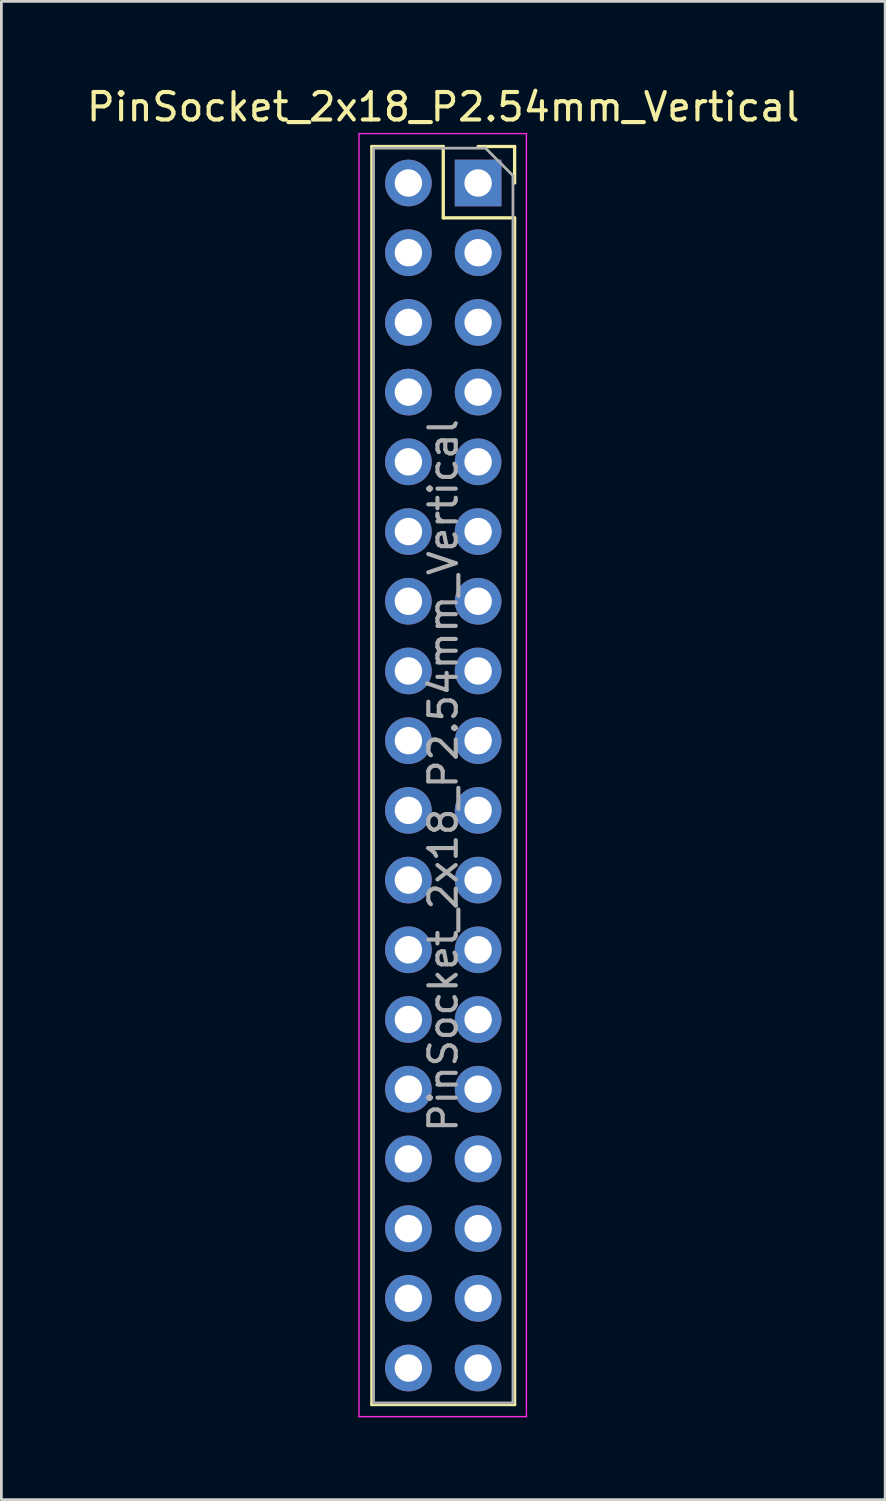
<source format=kicad_pcb>
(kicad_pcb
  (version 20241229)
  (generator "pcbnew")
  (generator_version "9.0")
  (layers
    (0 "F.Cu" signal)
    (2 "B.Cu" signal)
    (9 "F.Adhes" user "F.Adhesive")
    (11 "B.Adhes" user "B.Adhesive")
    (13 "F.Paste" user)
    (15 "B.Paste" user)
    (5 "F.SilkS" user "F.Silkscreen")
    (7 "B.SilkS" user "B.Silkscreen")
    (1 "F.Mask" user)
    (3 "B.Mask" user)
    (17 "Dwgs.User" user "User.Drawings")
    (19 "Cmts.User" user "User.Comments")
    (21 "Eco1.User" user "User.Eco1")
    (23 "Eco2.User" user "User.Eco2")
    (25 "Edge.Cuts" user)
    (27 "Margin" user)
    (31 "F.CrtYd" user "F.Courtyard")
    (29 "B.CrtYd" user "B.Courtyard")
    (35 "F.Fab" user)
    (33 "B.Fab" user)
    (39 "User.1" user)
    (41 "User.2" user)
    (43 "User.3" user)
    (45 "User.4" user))
  (footprint "PinSocket_2x18_P2.54mm_Vertical"
    (layer "F.Cu")
    (at 14.371 3.618)
    (property "Reference" "PinSocket_2x18_P2.54mm_Vertical" (at -1.27 -2.77 0) (layer "F.SilkS") (effects (font (size 1 1) (thickness 0.15))))
    (attr through_hole)
    (fp_line (start -3.87 -1.33) (end -3.87 44.51) (stroke (width 0.12) (type solid)) (layer "F.SilkS"))
    (fp_line (start -3.87 -1.33) (end -1.27 -1.33) (stroke (width 0.12) (type solid)) (layer "F.SilkS"))
    (fp_line (start -3.87 44.51) (end 1.33 44.51) (stroke (width 0.12) (type solid)) (layer "F.SilkS"))
    (fp_line (start -1.27 -1.33) (end -1.27 1.27) (stroke (width 0.12) (type solid)) (layer "F.SilkS"))
    (fp_line (start -1.27 1.27) (end 1.33 1.27) (stroke (width 0.12) (type solid)) (layer "F.SilkS"))
    (fp_line (start 0 -1.33) (end 1.33 -1.33) (stroke (width 0.12) (type solid)) (layer "F.SilkS"))
    (fp_line (start 1.33 -1.33) (end 1.33 0) (stroke (width 0.12) (type solid)) (layer "F.SilkS"))
    (fp_line (start 1.33 1.27) (end 1.33 44.51) (stroke (width 0.12) (type solid)) (layer "F.SilkS"))
    (fp_line (start -4.34 -1.8) (end 1.76 -1.8) (stroke (width 0.05) (type solid)) (layer "F.CrtYd"))
    (fp_line (start -4.34 44.95) (end -4.34 -1.8) (stroke (width 0.05) (type solid)) (layer "F.CrtYd"))
    (fp_line (start 1.76 -1.8) (end 1.76 44.95) (stroke (width 0.05) (type solid)) (layer "F.CrtYd"))
    (fp_line (start 1.76 44.95) (end -4.34 44.95) (stroke (width 0.05) (type solid)) (layer "F.CrtYd"))
    (fp_line (start -3.81 -1.27) (end 0.27 -1.27) (stroke (width 0.1) (type solid)) (layer "F.Fab"))
    (fp_line (start -3.81 44.45) (end -3.81 -1.27) (stroke (width 0.1) (type solid)) (layer "F.Fab"))
    (fp_line (start 0.27 -1.27) (end 1.27 -0.27) (stroke (width 0.1) (type solid)) (layer "F.Fab"))
    (fp_line (start 1.27 -0.27) (end 1.27 44.45) (stroke (width 0.1) (type solid)) (layer "F.Fab"))
    (fp_line (start 1.27 44.45) (end -3.81 44.45) (stroke (width 0.1) (type solid)) (layer "F.Fab"))
    (fp_text user "${REFERENCE}" (at -1.27 21.59 90) (layer "F.Fab") (effects (font (size 1 1) (thickness 0.15))))
    (pad "1" thru_hole rect (at 0 0) (size 1.7 1.7) (drill 1) (layers "*.Cu" "*.Mask"))
    (pad "2" thru_hole circle (at -2.54 0) (size 1.7 1.7) (drill 1) (layers "*.Cu" "*.Mask"))
    (pad "3" thru_hole circle (at 0 2.54) (size 1.7 1.7) (drill 1) (layers "*.Cu" "*.Mask"))
    (pad "4" thru_hole circle (at -2.54 2.54) (size 1.7 1.7) (drill 1) (layers "*.Cu" "*.Mask"))
    (pad "5" thru_hole circle (at 0 5.08) (size 1.7 1.7) (drill 1) (layers "*.Cu" "*.Mask"))
    (pad "6" thru_hole circle (at -2.54 5.08) (size 1.7 1.7) (drill 1) (layers "*.Cu" "*.Mask"))
    (pad "7" thru_hole circle (at 0 7.62) (size 1.7 1.7) (drill 1) (layers "*.Cu" "*.Mask"))
    (pad "8" thru_hole circle (at -2.54 7.62) (size 1.7 1.7) (drill 1) (layers "*.Cu" "*.Mask"))
    (pad "9" thru_hole circle (at 0 10.16) (size 1.7 1.7) (drill 1) (layers "*.Cu" "*.Mask"))
    (pad "10" thru_hole circle (at -2.54 10.16) (size 1.7 1.7) (drill 1) (layers "*.Cu" "*.Mask"))
    (pad "11" thru_hole circle (at 0 12.7) (size 1.7 1.7) (drill 1) (layers "*.Cu" "*.Mask"))
    (pad "12" thru_hole circle (at -2.54 12.7) (size 1.7 1.7) (drill 1) (layers "*.Cu" "*.Mask"))
    (pad "13" thru_hole circle (at 0 15.24) (size 1.7 1.7) (drill 1) (layers "*.Cu" "*.Mask"))
    (pad "14" thru_hole circle (at -2.54 15.24) (size 1.7 1.7) (drill 1) (layers "*.Cu" "*.Mask"))
    (pad "15" thru_hole circle (at 0 17.78) (size 1.7 1.7) (drill 1) (layers "*.Cu" "*.Mask"))
    (pad "16" thru_hole circle (at -2.54 17.78) (size 1.7 1.7) (drill 1) (layers "*.Cu" "*.Mask"))
    (pad "17" thru_hole circle (at 0 20.32) (size 1.7 1.7) (drill 1) (layers "*.Cu" "*.Mask"))
    (pad "18" thru_hole circle (at -2.54 20.32) (size 1.7 1.7) (drill 1) (layers "*.Cu" "*.Mask"))
    (pad "19" thru_hole circle (at 0 22.86) (size 1.7 1.7) (drill 1) (layers "*.Cu" "*.Mask"))
    (pad "20" thru_hole circle (at -2.54 22.86) (size 1.7 1.7) (drill 1) (layers "*.Cu" "*.Mask"))
    (pad "21" thru_hole circle (at 0 25.4) (size 1.7 1.7) (drill 1) (layers "*.Cu" "*.Mask"))
    (pad "22" thru_hole circle (at -2.54 25.4) (size 1.7 1.7) (drill 1) (layers "*.Cu" "*.Mask"))
    (pad "23" thru_hole circle (at 0 27.94) (size 1.7 1.7) (drill 1) (layers "*.Cu" "*.Mask"))
    (pad "24" thru_hole circle (at -2.54 27.94) (size 1.7 1.7) (drill 1) (layers "*.Cu" "*.Mask"))
    (pad "25" thru_hole circle (at 0 30.48) (size 1.7 1.7) (drill 1) (layers "*.Cu" "*.Mask"))
    (pad "26" thru_hole circle (at -2.54 30.48) (size 1.7 1.7) (drill 1) (layers "*.Cu" "*.Mask"))
    (pad "27" thru_hole circle (at 0 33.02) (size 1.7 1.7) (drill 1) (layers "*.Cu" "*.Mask"))
    (pad "28" thru_hole circle (at -2.54 33.02) (size 1.7 1.7) (drill 1) (layers "*.Cu" "*.Mask"))
    (pad "29" thru_hole circle (at 0 35.56) (size 1.7 1.7) (drill 1) (layers "*.Cu" "*.Mask"))
    (pad "30" thru_hole circle (at -2.54 35.56) (size 1.7 1.7) (drill 1) (layers "*.Cu" "*.Mask"))
    (pad "31" thru_hole circle (at 0 38.1) (size 1.7 1.7) (drill 1) (layers "*.Cu" "*.Mask"))
    (pad "32" thru_hole circle (at -2.54 38.1) (size 1.7 1.7) (drill 1) (layers "*.Cu" "*.Mask"))
    (pad "33" thru_hole circle (at 0 40.64) (size 1.7 1.7) (drill 1) (layers "*.Cu" "*.Mask"))
    (pad "34" thru_hole circle (at -2.54 40.64) (size 1.7 1.7) (drill 1) (layers "*.Cu" "*.Mask"))
    (pad "35" thru_hole circle (at 0 43.18) (size 1.7 1.7) (drill 1) (layers "*.Cu" "*.Mask"))
    (pad "36" thru_hole circle (at -2.54 43.18) (size 1.7 1.7) (drill 1) (layers "*.Cu" "*.Mask")))
  (gr_rect
    (start -3 -3)
    (end 29.202 51.593)
    (stroke (width 0.1) (type default))
    (fill no)
    (layer "Edge.Cuts")))
</source>
